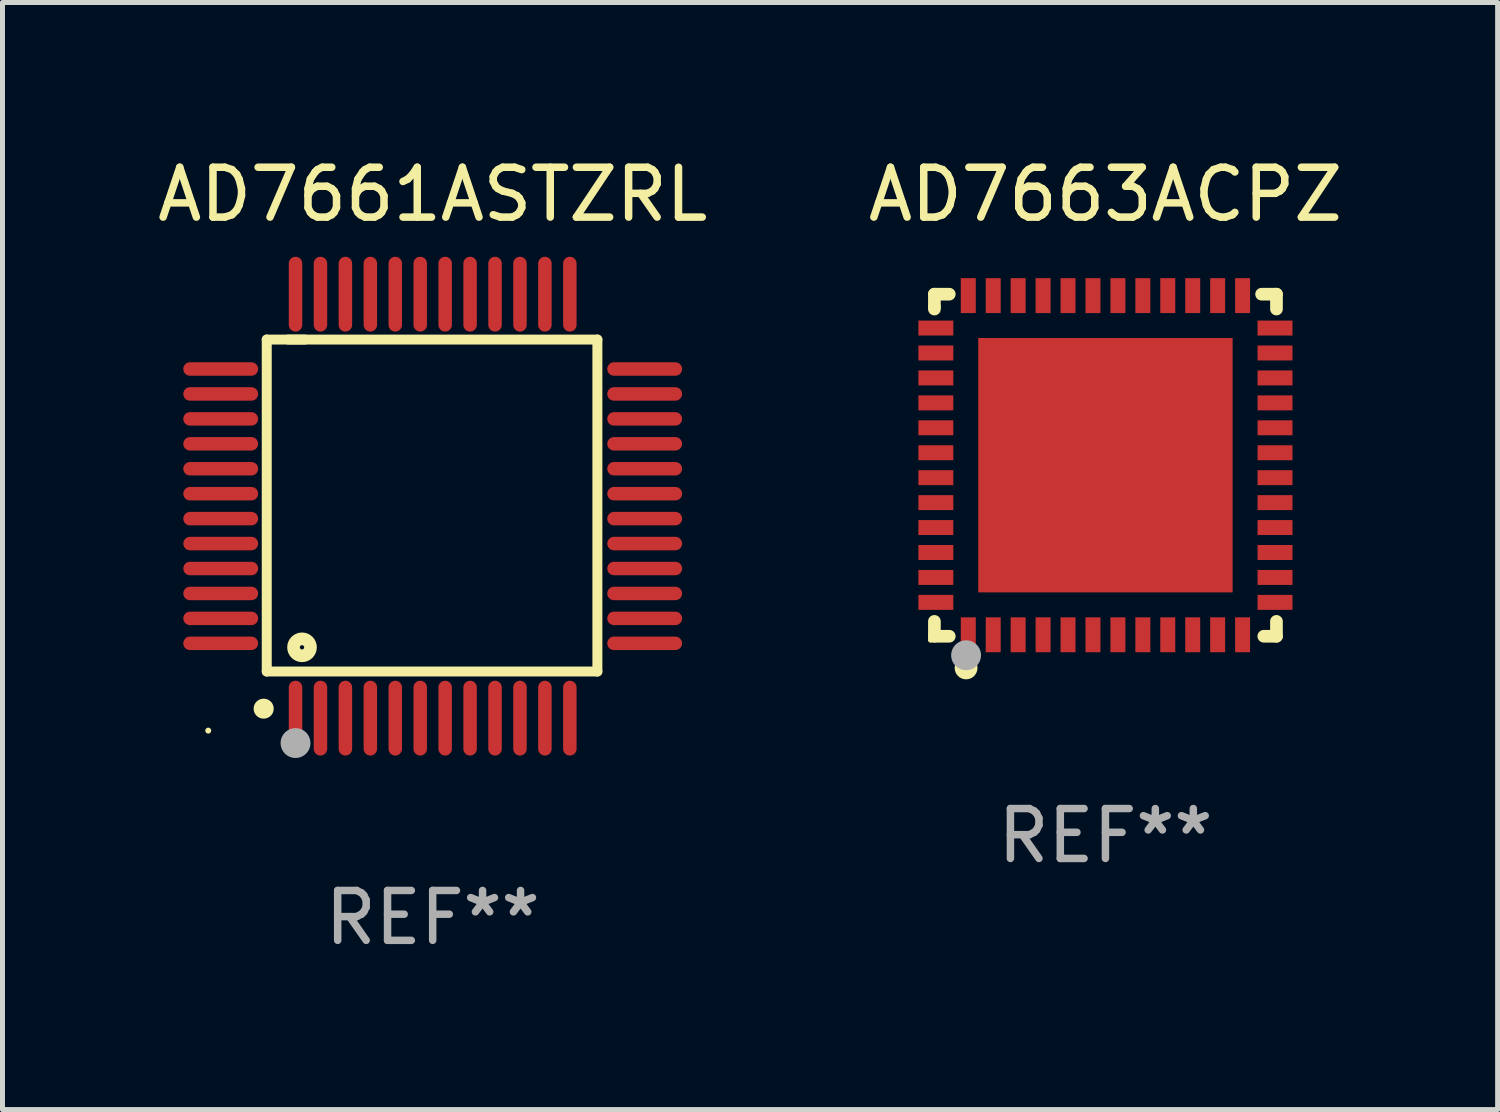
<source format=kicad_pcb>
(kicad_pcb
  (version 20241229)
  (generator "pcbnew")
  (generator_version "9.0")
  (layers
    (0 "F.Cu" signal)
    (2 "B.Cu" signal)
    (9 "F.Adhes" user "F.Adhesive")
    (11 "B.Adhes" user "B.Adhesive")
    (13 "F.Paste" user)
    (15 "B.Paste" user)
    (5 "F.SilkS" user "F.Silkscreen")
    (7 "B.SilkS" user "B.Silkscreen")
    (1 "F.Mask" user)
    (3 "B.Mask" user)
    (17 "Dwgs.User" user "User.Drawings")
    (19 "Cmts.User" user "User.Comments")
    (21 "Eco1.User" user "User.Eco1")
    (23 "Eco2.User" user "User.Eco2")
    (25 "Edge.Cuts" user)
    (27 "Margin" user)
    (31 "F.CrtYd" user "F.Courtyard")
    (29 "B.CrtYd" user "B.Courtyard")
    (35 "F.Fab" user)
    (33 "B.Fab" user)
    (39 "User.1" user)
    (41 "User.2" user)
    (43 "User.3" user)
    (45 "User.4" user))
  (footprint "AD7661ASTZRL"
    (layer "F.Cu")
    (at 5.625 7.098)
    (property "Reference" "AD7661ASTZRL" (at 0 -6.25 0) (layer "F.SilkS") (effects (font (size 1 1) (thickness 0.15))))
    (attr through_hole)
    (fp_line (start -3.327 -3.34) (end -2.565 -3.34) (stroke (width 0.2) (type solid)) (layer "F.SilkS"))
    (fp_line (start -3.327 3.315) (end -3.327 -3.34) (stroke (width 0.2) (type solid)) (layer "F.SilkS"))
    (fp_line (start -2.896 -3.34) (end 3.302 -3.34) (stroke (width 0.2) (type solid)) (layer "F.SilkS"))
    (fp_line (start 3.302 -3.34) (end 3.302 3.315) (stroke (width 0.2) (type solid)) (layer "F.SilkS"))
    (fp_line (start 3.302 3.315) (end -3.327 3.315) (stroke (width 0.2) (type solid)) (layer "F.SilkS"))
    (fp_arc (start -3.389992 4.059995) (mid -3.388722 4.059991) (end -3.387452 4.059995) (stroke (width 0.4) (type solid)) (layer "F.SilkS"))
    (fp_circle (center -4.5 4.5) (end -4.47 4.5) (stroke (width 0.06) (type solid)) (fill no) (layer "F.SilkS"))
    (fp_circle (center -2.62 2.83) (end -2.45 2.83) (stroke (width 0.254) (type solid)) (fill no) (layer "F.SilkS"))
    (fp_circle (center -2.75 4.75) (end -2.6 4.75) (stroke (width 0.3) (type solid)) (fill no) (layer "F.Fab"))
    (fp_text user "REF**" (at 0 8.25 0) (layer "F.Fab") (effects (font (size 1 1) (thickness 0.15))))
    (pad "1" smd oval (at -2.75 4.25) (size 0.27 1.5) (layers "F.Cu" "F.Mask" "F.Paste"))
    (pad "2" smd oval (at -2.25 4.25) (size 0.27 1.5) (layers "F.Cu" "F.Mask" "F.Paste"))
    (pad "3" smd oval (at -1.75 4.25) (size 0.27 1.5) (layers "F.Cu" "F.Mask" "F.Paste"))
    (pad "4" smd oval (at -1.25 4.25) (size 0.27 1.5) (layers "F.Cu" "F.Mask" "F.Paste"))
    (pad "5" smd oval (at -0.75 4.25) (size 0.27 1.5) (layers "F.Cu" "F.Mask" "F.Paste"))
    (pad "6" smd oval (at -0.25 4.25) (size 0.27 1.5) (layers "F.Cu" "F.Mask" "F.Paste"))
    (pad "7" smd oval (at 0.25 4.25) (size 0.27 1.5) (layers "F.Cu" "F.Mask" "F.Paste"))
    (pad "8" smd oval (at 0.75 4.25) (size 0.27 1.5) (layers "F.Cu" "F.Mask" "F.Paste"))
    (pad "9" smd oval (at 1.25 4.25) (size 0.27 1.5) (layers "F.Cu" "F.Mask" "F.Paste"))
    (pad "10" smd oval (at 1.75 4.25) (size 0.27 1.5) (layers "F.Cu" "F.Mask" "F.Paste"))
    (pad "11" smd oval (at 2.25 4.25) (size 0.27 1.5) (layers "F.Cu" "F.Mask" "F.Paste"))
    (pad "12" smd oval (at 2.75 4.25) (size 0.27 1.5) (layers "F.Cu" "F.Mask" "F.Paste"))
    (pad "13" smd oval (at 4.25 2.75) (size 1.5 0.27) (layers "F.Cu" "F.Mask" "F.Paste"))
    (pad "14" smd oval (at 4.25 2.25) (size 1.5 0.27) (layers "F.Cu" "F.Mask" "F.Paste"))
    (pad "15" smd oval (at 4.25 1.75) (size 1.5 0.27) (layers "F.Cu" "F.Mask" "F.Paste"))
    (pad "16" smd oval (at 4.25 1.25) (size 1.5 0.27) (layers "F.Cu" "F.Mask" "F.Paste"))
    (pad "17" smd oval (at 4.25 0.75) (size 1.5 0.27) (layers "F.Cu" "F.Mask" "F.Paste"))
    (pad "18" smd oval (at 4.25 0.25) (size 1.5 0.27) (layers "F.Cu" "F.Mask" "F.Paste"))
    (pad "19" smd oval (at 4.25 -0.25) (size 1.5 0.27) (layers "F.Cu" "F.Mask" "F.Paste"))
    (pad "20" smd oval (at 4.25 -0.75) (size 1.5 0.27) (layers "F.Cu" "F.Mask" "F.Paste"))
    (pad "21" smd oval (at 4.25 -1.25) (size 1.5 0.27) (layers "F.Cu" "F.Mask" "F.Paste"))
    (pad "22" smd oval (at 4.25 -1.75) (size 1.5 0.27) (layers "F.Cu" "F.Mask" "F.Paste"))
    (pad "23" smd oval (at 4.25 -2.25) (size 1.5 0.27) (layers "F.Cu" "F.Mask" "F.Paste"))
    (pad "24" smd oval (at 4.25 -2.75) (size 1.5 0.27) (layers "F.Cu" "F.Mask" "F.Paste"))
    (pad "25" smd oval (at 2.75 -4.25) (size 0.27 1.5) (layers "F.Cu" "F.Mask" "F.Paste"))
    (pad "26" smd oval (at 2.25 -4.25) (size 0.27 1.5) (layers "F.Cu" "F.Mask" "F.Paste"))
    (pad "27" smd oval (at 1.75 -4.25) (size 0.27 1.5) (layers "F.Cu" "F.Mask" "F.Paste"))
    (pad "28" smd oval (at 1.25 -4.25) (size 0.27 1.5) (layers "F.Cu" "F.Mask" "F.Paste"))
    (pad "29" smd oval (at 0.75 -4.25) (size 0.27 1.5) (layers "F.Cu" "F.Mask" "F.Paste"))
    (pad "30" smd oval (at 0.25 -4.25) (size 0.27 1.5) (layers "F.Cu" "F.Mask" "F.Paste"))
    (pad "31" smd oval (at -0.25 -4.25) (size 0.27 1.5) (layers "F.Cu" "F.Mask" "F.Paste"))
    (pad "32" smd oval (at -0.75 -4.25) (size 0.27 1.5) (layers "F.Cu" "F.Mask" "F.Paste"))
    (pad "33" smd oval (at -1.25 -4.25) (size 0.27 1.5) (layers "F.Cu" "F.Mask" "F.Paste"))
    (pad "34" smd oval (at -1.75 -4.25) (size 0.27 1.5) (layers "F.Cu" "F.Mask" "F.Paste"))
    (pad "35" smd oval (at -2.25 -4.25) (size 0.27 1.5) (layers "F.Cu" "F.Mask" "F.Paste"))
    (pad "36" smd oval (at -2.75 -4.25) (size 0.27 1.5) (layers "F.Cu" "F.Mask" "F.Paste"))
    (pad "37" smd oval (at -4.25 -2.75) (size 1.5 0.27) (layers "F.Cu" "F.Mask" "F.Paste"))
    (pad "38" smd oval (at -4.25 -2.25) (size 1.5 0.27) (layers "F.Cu" "F.Mask" "F.Paste"))
    (pad "39" smd oval (at -4.25 -1.75) (size 1.5 0.27) (layers "F.Cu" "F.Mask" "F.Paste"))
    (pad "40" smd oval (at -4.25 -1.25) (size 1.5 0.27) (layers "F.Cu" "F.Mask" "F.Paste"))
    (pad "41" smd oval (at -4.25 -0.75) (size 1.5 0.27) (layers "F.Cu" "F.Mask" "F.Paste"))
    (pad "42" smd oval (at -4.25 -0.25) (size 1.5 0.27) (layers "F.Cu" "F.Mask" "F.Paste"))
    (pad "43" smd oval (at -4.25 0.25) (size 1.5 0.27) (layers "F.Cu" "F.Mask" "F.Paste"))
    (pad "44" smd oval (at -4.25 0.75) (size 1.5 0.27) (layers "F.Cu" "F.Mask" "F.Paste"))
    (pad "45" smd oval (at -4.25 1.25) (size 1.5 0.27) (layers "F.Cu" "F.Mask" "F.Paste"))
    (pad "46" smd oval (at -4.25 1.75) (size 1.5 0.27) (layers "F.Cu" "F.Mask" "F.Paste"))
    (pad "47" smd oval (at -4.25 2.25) (size 1.5 0.27) (layers "F.Cu" "F.Mask" "F.Paste"))
    (pad "48" smd oval (at -4.25 2.75) (size 1.5 0.27) (layers "F.Cu" "F.Mask" "F.Paste")))
  (footprint "AD7663ACPZ"
    (layer "F.Cu")
    (at 19.113 6.277)
    (property "Reference" "AD7663ACPZ" (at 0 -5.429 0) (layer "F.SilkS") (effects (font (size 1 1) (thickness 0.15))))
    (attr through_hole)
    (fp_line (start -3.429 -3.429) (end -3.429 -3.175) (stroke (width 0.254) (type solid)) (layer "F.SilkS"))
    (fp_line (start -3.429 -3.175) (end -3.429 -3.131) (stroke (width 0.254) (type solid)) (layer "F.SilkS"))
    (fp_line (start -3.429 3.131) (end -3.429 3.429) (stroke (width 0.254) (type solid)) (layer "F.SilkS"))
    (fp_line (start -3.429 3.429) (end -3.131 3.429) (stroke (width 0.254) (type solid)) (layer "F.SilkS"))
    (fp_line (start -3.131 -3.429) (end -3.429 -3.429) (stroke (width 0.254) (type solid)) (layer "F.SilkS"))
    (fp_line (start 3.131 -3.429) (end 3.429 -3.429) (stroke (width 0.254) (type solid)) (layer "F.SilkS"))
    (fp_line (start 3.429 -3.429) (end 3.429 -3.131) (stroke (width 0.254) (type solid)) (layer "F.SilkS"))
    (fp_line (start 3.429 3.131) (end 3.429 3.429) (stroke (width 0.254) (type solid)) (layer "F.SilkS"))
    (fp_line (start 3.429 3.429) (end 3.175 3.429) (stroke (width 0.254) (type solid)) (layer "F.SilkS"))
    (fp_circle (center -3.5 3.5) (end -3.47 3.5) (stroke (width 0.06) (type solid)) (fill no) (layer "F.SilkS"))
    (fp_circle (center -2.794 4.064) (end -2.667 4.064) (stroke (width 0.204) (type solid)) (fill no) (layer "F.SilkS"))
    (fp_circle (center -2.794 3.81) (end -2.644 3.81) (stroke (width 0.3) (type solid)) (fill no) (layer "F.Fab"))
    (fp_text user "REF**" (at 0 7.429 0) (layer "F.Fab") (effects (font (size 1 1) (thickness 0.15))))
    (pad "1" smd rect (at -2.75 3.4) (size 0.3 0.7) (layers "F.Cu" "F.Mask" "F.Paste"))
    (pad "2" smd rect (at -2.25 3.4) (size 0.3 0.7) (layers "F.Cu" "F.Mask" "F.Paste"))
    (pad "3" smd rect (at -1.75 3.4) (size 0.3 0.7) (layers "F.Cu" "F.Mask" "F.Paste"))
    (pad "4" smd rect (at -1.25 3.4) (size 0.3 0.7) (layers "F.Cu" "F.Mask" "F.Paste"))
    (pad "5" smd rect (at -0.75 3.4) (size 0.3 0.7) (layers "F.Cu" "F.Mask" "F.Paste"))
    (pad "6" smd rect (at -0.25 3.4) (size 0.3 0.7) (layers "F.Cu" "F.Mask" "F.Paste"))
    (pad "7" smd rect (at 0.25 3.4) (size 0.3 0.7) (layers "F.Cu" "F.Mask" "F.Paste"))
    (pad "8" smd rect (at 0.75 3.4) (size 0.3 0.7) (layers "F.Cu" "F.Mask" "F.Paste"))
    (pad "9" smd rect (at 1.25 3.4) (size 0.3 0.7) (layers "F.Cu" "F.Mask" "F.Paste"))
    (pad "10" smd rect (at 1.75 3.4) (size 0.3 0.7) (layers "F.Cu" "F.Mask" "F.Paste"))
    (pad "11" smd rect (at 2.25 3.4) (size 0.3 0.7) (layers "F.Cu" "F.Mask" "F.Paste"))
    (pad "12" smd rect (at 2.75 3.4) (size 0.3 0.7) (layers "F.Cu" "F.Mask" "F.Paste"))
    (pad "13" smd rect (at 3.4 2.75) (size 0.7 0.3) (layers "F.Cu" "F.Mask" "F.Paste"))
    (pad "14" smd rect (at 3.4 2.25) (size 0.7 0.3) (layers "F.Cu" "F.Mask" "F.Paste"))
    (pad "15" smd rect (at 3.4 1.75) (size 0.7 0.3) (layers "F.Cu" "F.Mask" "F.Paste"))
    (pad "16" smd rect (at 3.4 1.25) (size 0.7 0.3) (layers "F.Cu" "F.Mask" "F.Paste"))
    (pad "17" smd rect (at 3.4 0.75) (size 0.7 0.3) (layers "F.Cu" "F.Mask" "F.Paste"))
    (pad "18" smd rect (at 3.4 0.25) (size 0.7 0.3) (layers "F.Cu" "F.Mask" "F.Paste"))
    (pad "19" smd rect (at 3.4 -0.25) (size 0.7 0.3) (layers "F.Cu" "F.Mask" "F.Paste"))
    (pad "20" smd rect (at 3.4 -0.75) (size 0.7 0.3) (layers "F.Cu" "F.Mask" "F.Paste"))
    (pad "21" smd rect (at 3.4 -1.25) (size 0.7 0.3) (layers "F.Cu" "F.Mask" "F.Paste"))
    (pad "22" smd rect (at 3.4 -1.75) (size 0.7 0.3) (layers "F.Cu" "F.Mask" "F.Paste"))
    (pad "23" smd rect (at 3.4 -2.25) (size 0.7 0.3) (layers "F.Cu" "F.Mask" "F.Paste"))
    (pad "24" smd rect (at 3.4 -2.75) (size 0.7 0.3) (layers "F.Cu" "F.Mask" "F.Paste"))
    (pad "25" smd rect (at 2.75 -3.4) (size 0.3 0.7) (layers "F.Cu" "F.Mask" "F.Paste"))
    (pad "26" smd rect (at 2.25 -3.4) (size 0.3 0.7) (layers "F.Cu" "F.Mask" "F.Paste"))
    (pad "27" smd rect (at 1.75 -3.4) (size 0.3 0.7) (layers "F.Cu" "F.Mask" "F.Paste"))
    (pad "28" smd rect (at 1.25 -3.4) (size 0.3 0.7) (layers "F.Cu" "F.Mask" "F.Paste"))
    (pad "29" smd rect (at 0.75 -3.4) (size 0.3 0.7) (layers "F.Cu" "F.Mask" "F.Paste"))
    (pad "30" smd rect (at 0.25 -3.4) (size 0.3 0.7) (layers "F.Cu" "F.Mask" "F.Paste"))
    (pad "31" smd rect (at -0.25 -3.4) (size 0.3 0.7) (layers "F.Cu" "F.Mask" "F.Paste"))
    (pad "32" smd rect (at -0.75 -3.4) (size 0.3 0.7) (layers "F.Cu" "F.Mask" "F.Paste"))
    (pad "33" smd rect (at -1.25 -3.4) (size 0.3 0.7) (layers "F.Cu" "F.Mask" "F.Paste"))
    (pad "34" smd rect (at -1.75 -3.4) (size 0.3 0.7) (layers "F.Cu" "F.Mask" "F.Paste"))
    (pad "35" smd rect (at -2.25 -3.4) (size 0.3 0.7) (layers "F.Cu" "F.Mask" "F.Paste"))
    (pad "36" smd rect (at -2.75 -3.4) (size 0.3 0.7) (layers "F.Cu" "F.Mask" "F.Paste"))
    (pad "37" smd rect (at -3.4 -2.75) (size 0.7 0.3) (layers "F.Cu" "F.Mask" "F.Paste"))
    (pad "38" smd rect (at -3.4 -2.25) (size 0.7 0.3) (layers "F.Cu" "F.Mask" "F.Paste"))
    (pad "39" smd rect (at -3.4 -1.75) (size 0.7 0.3) (layers "F.Cu" "F.Mask" "F.Paste"))
    (pad "40" smd rect (at -3.4 -1.25) (size 0.7 0.3) (layers "F.Cu" "F.Mask" "F.Paste"))
    (pad "41" smd rect (at -3.4 -0.75) (size 0.7 0.3) (layers "F.Cu" "F.Mask" "F.Paste"))
    (pad "42" smd rect (at -3.4 -0.25) (size 0.7 0.3) (layers "F.Cu" "F.Mask" "F.Paste"))
    (pad "43" smd rect (at -3.4 0.25) (size 0.7 0.3) (layers "F.Cu" "F.Mask" "F.Paste"))
    (pad "44" smd rect (at -3.4 0.75) (size 0.7 0.3) (layers "F.Cu" "F.Mask" "F.Paste"))
    (pad "45" smd rect (at -3.4 1.25) (size 0.7 0.3) (layers "F.Cu" "F.Mask" "F.Paste"))
    (pad "46" smd rect (at -3.4 1.75) (size 0.7 0.3) (layers "F.Cu" "F.Mask" "F.Paste"))
    (pad "47" smd rect (at -3.4 2.25) (size 0.7 0.3) (layers "F.Cu" "F.Mask" "F.Paste"))
    (pad "48" smd rect (at -3.4 2.75) (size 0.7 0.3) (layers "F.Cu" "F.Mask" "F.Paste"))
    (pad "49" smd rect (at 0 0) (size 5.1 5.1) (layers "F.Cu" "F.Mask" "F.Paste")))
  (gr_rect
    (start -3 -3)
    (end 26.976 19.196)
    (stroke (width 0.1) (type default))
    (fill no)
    (layer "Edge.Cuts")))
</source>
